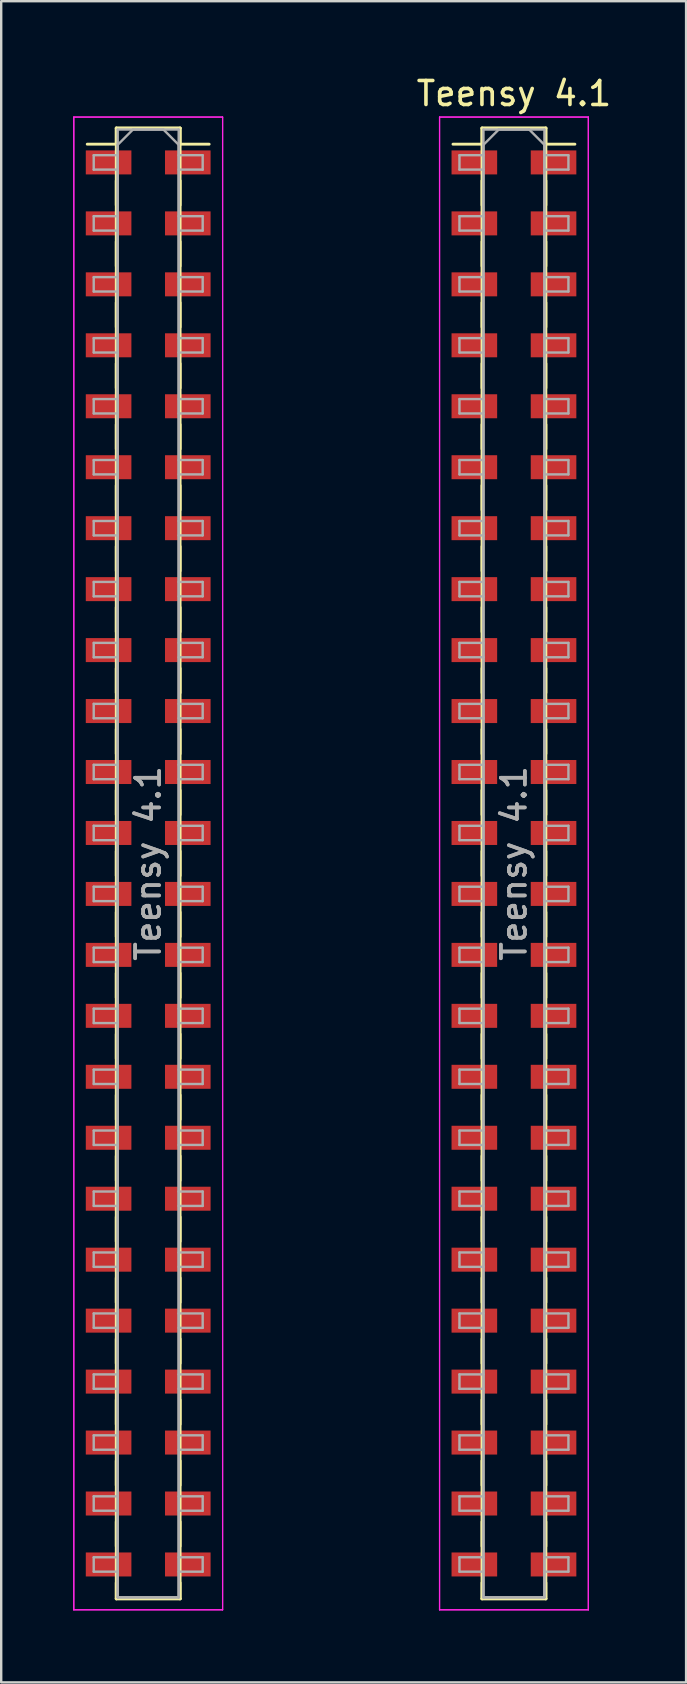
<source format=kicad_pcb>
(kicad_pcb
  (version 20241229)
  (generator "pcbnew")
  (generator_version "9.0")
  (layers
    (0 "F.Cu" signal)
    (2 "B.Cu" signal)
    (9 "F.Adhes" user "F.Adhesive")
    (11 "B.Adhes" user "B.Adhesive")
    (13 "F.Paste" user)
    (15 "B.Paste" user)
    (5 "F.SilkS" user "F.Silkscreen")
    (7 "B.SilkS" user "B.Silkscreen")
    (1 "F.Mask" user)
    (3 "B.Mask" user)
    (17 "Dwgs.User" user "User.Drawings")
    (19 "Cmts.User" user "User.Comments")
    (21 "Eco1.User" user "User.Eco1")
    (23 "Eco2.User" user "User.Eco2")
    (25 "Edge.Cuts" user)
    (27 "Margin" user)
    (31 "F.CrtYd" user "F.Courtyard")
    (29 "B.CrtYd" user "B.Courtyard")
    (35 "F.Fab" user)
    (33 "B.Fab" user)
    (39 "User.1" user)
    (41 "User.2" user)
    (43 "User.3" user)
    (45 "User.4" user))
  (footprint "Teensy 4.1"
    (layer "F.Cu")
    (at 10.745 32.928)
    (property "Reference" "Teensy 4.1" (at 7.62 -32.08 0) (layer "F.SilkS") (effects (font (size 1 1) (thickness 0.15))))
    (attr smd)
    (fp_line (start -10.16 -29.97) (end -8.95 -29.97) (stroke (width 0.12) (type solid)) (layer "F.SilkS"))
    (fp_line (start -8.95 -30.64) (end -8.95 -29.97) (stroke (width 0.12) (type solid)) (layer "F.SilkS"))
    (fp_line (start -8.95 -30.64) (end -8.95 -27.43) (stroke (width 0.12) (type solid)) (layer "F.SilkS"))
    (fp_line (start -8.95 -30.64) (end -6.29 -30.64) (stroke (width 0.12) (type solid)) (layer "F.SilkS"))
    (fp_line (start -8.95 -28.45) (end -8.95 -24.89) (stroke (width 0.12) (type solid)) (layer "F.SilkS"))
    (fp_line (start -8.95 -25.91) (end -8.95 -22.35) (stroke (width 0.12) (type solid)) (layer "F.SilkS"))
    (fp_line (start -8.95 -23.37) (end -8.95 -19.81) (stroke (width 0.12) (type solid)) (layer "F.SilkS"))
    (fp_line (start -8.95 -20.83) (end -8.95 -17.27) (stroke (width 0.12) (type solid)) (layer "F.SilkS"))
    (fp_line (start -8.95 -18.29) (end -8.95 -14.73) (stroke (width 0.12) (type solid)) (layer "F.SilkS"))
    (fp_line (start -8.95 -15.75) (end -8.95 -12.19) (stroke (width 0.12) (type solid)) (layer "F.SilkS"))
    (fp_line (start -8.95 -13.21) (end -8.95 -9.65) (stroke (width 0.12) (type solid)) (layer "F.SilkS"))
    (fp_line (start -8.95 -10.67) (end -8.95 -7.11) (stroke (width 0.12) (type solid)) (layer "F.SilkS"))
    (fp_line (start -8.95 -8.13) (end -8.95 -4.57) (stroke (width 0.12) (type solid)) (layer "F.SilkS"))
    (fp_line (start -8.95 -5.59) (end -8.95 -2.03) (stroke (width 0.12) (type solid)) (layer "F.SilkS"))
    (fp_line (start -8.95 -3.05) (end -8.95 0.51) (stroke (width 0.12) (type solid)) (layer "F.SilkS"))
    (fp_line (start -8.95 -0.51) (end -8.95 3.05) (stroke (width 0.12) (type solid)) (layer "F.SilkS"))
    (fp_line (start -8.95 2.03) (end -8.95 5.59) (stroke (width 0.12) (type solid)) (layer "F.SilkS"))
    (fp_line (start -8.95 4.57) (end -8.95 8.13) (stroke (width 0.12) (type solid)) (layer "F.SilkS"))
    (fp_line (start -8.95 7.11) (end -8.95 10.67) (stroke (width 0.12) (type solid)) (layer "F.SilkS"))
    (fp_line (start -8.95 9.65) (end -8.95 13.21) (stroke (width 0.12) (type solid)) (layer "F.SilkS"))
    (fp_line (start -8.95 12.19) (end -8.95 15.75) (stroke (width 0.12) (type solid)) (layer "F.SilkS"))
    (fp_line (start -8.95 14.73) (end -8.95 18.29) (stroke (width 0.12) (type solid)) (layer "F.SilkS"))
    (fp_line (start -8.95 17.27) (end -8.95 20.83) (stroke (width 0.12) (type solid)) (layer "F.SilkS"))
    (fp_line (start -8.95 19.81) (end -8.95 23.37) (stroke (width 0.12) (type solid)) (layer "F.SilkS"))
    (fp_line (start -8.95 22.35) (end -8.95 25.91) (stroke (width 0.12) (type solid)) (layer "F.SilkS"))
    (fp_line (start -8.95 24.89) (end -8.95 28.45) (stroke (width 0.12) (type solid)) (layer "F.SilkS"))
    (fp_line (start -8.95 27.43) (end -8.95 30.64) (stroke (width 0.12) (type solid)) (layer "F.SilkS"))
    (fp_line (start -8.95 29.97) (end -8.95 30.64) (stroke (width 0.12) (type solid)) (layer "F.SilkS"))
    (fp_line (start -8.95 30.64) (end -6.29 30.64) (stroke (width 0.12) (type solid)) (layer "F.SilkS"))
    (fp_line (start -6.29 -30.64) (end -8.95 -30.64) (stroke (width 0.12) (type solid)) (layer "F.SilkS"))
    (fp_line (start -6.29 -30.64) (end -6.29 -29.97) (stroke (width 0.12) (type solid)) (layer "F.SilkS"))
    (fp_line (start -6.29 -30.64) (end -6.29 -27.43) (stroke (width 0.12) (type solid)) (layer "F.SilkS"))
    (fp_line (start -6.29 -28.45) (end -6.29 -24.89) (stroke (width 0.12) (type solid)) (layer "F.SilkS"))
    (fp_line (start -6.29 -25.91) (end -6.29 -22.35) (stroke (width 0.12) (type solid)) (layer "F.SilkS"))
    (fp_line (start -6.29 -23.37) (end -6.29 -19.81) (stroke (width 0.12) (type solid)) (layer "F.SilkS"))
    (fp_line (start -6.29 -20.83) (end -6.29 -17.27) (stroke (width 0.12) (type solid)) (layer "F.SilkS"))
    (fp_line (start -6.29 -18.29) (end -6.29 -14.73) (stroke (width 0.12) (type solid)) (layer "F.SilkS"))
    (fp_line (start -6.29 -15.75) (end -6.29 -12.19) (stroke (width 0.12) (type solid)) (layer "F.SilkS"))
    (fp_line (start -6.29 -13.21) (end -6.29 -9.65) (stroke (width 0.12) (type solid)) (layer "F.SilkS"))
    (fp_line (start -6.29 -10.67) (end -6.29 -7.11) (stroke (width 0.12) (type solid)) (layer "F.SilkS"))
    (fp_line (start -6.29 -8.13) (end -6.29 -4.57) (stroke (width 0.12) (type solid)) (layer "F.SilkS"))
    (fp_line (start -6.29 -5.59) (end -6.29 -2.03) (stroke (width 0.12) (type solid)) (layer "F.SilkS"))
    (fp_line (start -6.29 -3.05) (end -6.29 0.51) (stroke (width 0.12) (type solid)) (layer "F.SilkS"))
    (fp_line (start -6.29 -0.51) (end -6.29 3.05) (stroke (width 0.12) (type solid)) (layer "F.SilkS"))
    (fp_line (start -6.29 2.03) (end -6.29 5.59) (stroke (width 0.12) (type solid)) (layer "F.SilkS"))
    (fp_line (start -6.29 4.57) (end -6.29 8.13) (stroke (width 0.12) (type solid)) (layer "F.SilkS"))
    (fp_line (start -6.29 7.11) (end -6.29 10.67) (stroke (width 0.12) (type solid)) (layer "F.SilkS"))
    (fp_line (start -6.29 9.65) (end -6.29 13.21) (stroke (width 0.12) (type solid)) (layer "F.SilkS"))
    (fp_line (start -6.29 12.19) (end -6.29 15.75) (stroke (width 0.12) (type solid)) (layer "F.SilkS"))
    (fp_line (start -6.29 14.73) (end -6.29 18.29) (stroke (width 0.12) (type solid)) (layer "F.SilkS"))
    (fp_line (start -6.29 17.27) (end -6.29 20.83) (stroke (width 0.12) (type solid)) (layer "F.SilkS"))
    (fp_line (start -6.29 19.81) (end -6.29 23.37) (stroke (width 0.12) (type solid)) (layer "F.SilkS"))
    (fp_line (start -6.29 22.35) (end -6.29 25.91) (stroke (width 0.12) (type solid)) (layer "F.SilkS"))
    (fp_line (start -6.29 24.89) (end -6.29 28.45) (stroke (width 0.12) (type solid)) (layer "F.SilkS"))
    (fp_line (start -6.29 27.43) (end -6.29 30.64) (stroke (width 0.12) (type solid)) (layer "F.SilkS"))
    (fp_line (start -6.29 29.97) (end -6.29 30.64) (stroke (width 0.12) (type solid)) (layer "F.SilkS"))
    (fp_line (start -6.29 30.64) (end -8.95 30.64) (stroke (width 0.12) (type solid)) (layer "F.SilkS"))
    (fp_line (start -5.08 -29.97) (end -6.29 -29.97) (stroke (width 0.12) (type solid)) (layer "F.SilkS"))
    (fp_line (start 5.08 -29.97) (end 6.29 -29.97) (stroke (width 0.12) (type solid)) (layer "F.SilkS"))
    (fp_line (start 6.29 -30.64) (end 6.29 -29.97) (stroke (width 0.12) (type solid)) (layer "F.SilkS"))
    (fp_line (start 6.29 -30.64) (end 6.29 -27.43) (stroke (width 0.12) (type solid)) (layer "F.SilkS"))
    (fp_line (start 6.29 -30.64) (end 8.95 -30.64) (stroke (width 0.12) (type solid)) (layer "F.SilkS"))
    (fp_line (start 6.29 -28.45) (end 6.29 -24.89) (stroke (width 0.12) (type solid)) (layer "F.SilkS"))
    (fp_line (start 6.29 -25.91) (end 6.29 -22.35) (stroke (width 0.12) (type solid)) (layer "F.SilkS"))
    (fp_line (start 6.29 -23.37) (end 6.29 -19.81) (stroke (width 0.12) (type solid)) (layer "F.SilkS"))
    (fp_line (start 6.29 -20.83) (end 6.29 -17.27) (stroke (width 0.12) (type solid)) (layer "F.SilkS"))
    (fp_line (start 6.29 -18.29) (end 6.29 -14.73) (stroke (width 0.12) (type solid)) (layer "F.SilkS"))
    (fp_line (start 6.29 -15.75) (end 6.29 -12.19) (stroke (width 0.12) (type solid)) (layer "F.SilkS"))
    (fp_line (start 6.29 -13.21) (end 6.29 -9.65) (stroke (width 0.12) (type solid)) (layer "F.SilkS"))
    (fp_line (start 6.29 -10.67) (end 6.29 -7.11) (stroke (width 0.12) (type solid)) (layer "F.SilkS"))
    (fp_line (start 6.29 -8.13) (end 6.29 -4.57) (stroke (width 0.12) (type solid)) (layer "F.SilkS"))
    (fp_line (start 6.29 -5.59) (end 6.29 -2.03) (stroke (width 0.12) (type solid)) (layer "F.SilkS"))
    (fp_line (start 6.29 -3.05) (end 6.29 0.51) (stroke (width 0.12) (type solid)) (layer "F.SilkS"))
    (fp_line (start 6.29 -0.51) (end 6.29 3.05) (stroke (width 0.12) (type solid)) (layer "F.SilkS"))
    (fp_line (start 6.29 2.03) (end 6.29 5.59) (stroke (width 0.12) (type solid)) (layer "F.SilkS"))
    (fp_line (start 6.29 4.57) (end 6.29 8.13) (stroke (width 0.12) (type solid)) (layer "F.SilkS"))
    (fp_line (start 6.29 7.11) (end 6.29 10.67) (stroke (width 0.12) (type solid)) (layer "F.SilkS"))
    (fp_line (start 6.29 9.65) (end 6.29 13.21) (stroke (width 0.12) (type solid)) (layer "F.SilkS"))
    (fp_line (start 6.29 12.19) (end 6.29 15.75) (stroke (width 0.12) (type solid)) (layer "F.SilkS"))
    (fp_line (start 6.29 14.73) (end 6.29 18.29) (stroke (width 0.12) (type solid)) (layer "F.SilkS"))
    (fp_line (start 6.29 17.27) (end 6.29 20.83) (stroke (width 0.12) (type solid)) (layer "F.SilkS"))
    (fp_line (start 6.29 19.81) (end 6.29 23.37) (stroke (width 0.12) (type solid)) (layer "F.SilkS"))
    (fp_line (start 6.29 22.35) (end 6.29 25.91) (stroke (width 0.12) (type solid)) (layer "F.SilkS"))
    (fp_line (start 6.29 24.89) (end 6.29 28.45) (stroke (width 0.12) (type solid)) (layer "F.SilkS"))
    (fp_line (start 6.29 27.43) (end 6.29 30.64) (stroke (width 0.12) (type solid)) (layer "F.SilkS"))
    (fp_line (start 6.29 29.97) (end 6.29 30.64) (stroke (width 0.12) (type solid)) (layer "F.SilkS"))
    (fp_line (start 6.29 30.64) (end 8.95 30.64) (stroke (width 0.12) (type solid)) (layer "F.SilkS"))
    (fp_line (start 8.95 -30.64) (end 6.29 -30.64) (stroke (width 0.12) (type solid)) (layer "F.SilkS"))
    (fp_line (start 8.95 -30.64) (end 8.95 -29.97) (stroke (width 0.12) (type solid)) (layer "F.SilkS"))
    (fp_line (start 8.95 -30.64) (end 8.95 -27.43) (stroke (width 0.12) (type solid)) (layer "F.SilkS"))
    (fp_line (start 8.95 -28.45) (end 8.95 -24.89) (stroke (width 0.12) (type solid)) (layer "F.SilkS"))
    (fp_line (start 8.95 -25.91) (end 8.95 -22.35) (stroke (width 0.12) (type solid)) (layer "F.SilkS"))
    (fp_line (start 8.95 -23.37) (end 8.95 -19.81) (stroke (width 0.12) (type solid)) (layer "F.SilkS"))
    (fp_line (start 8.95 -20.83) (end 8.95 -17.27) (stroke (width 0.12) (type solid)) (layer "F.SilkS"))
    (fp_line (start 8.95 -18.29) (end 8.95 -14.73) (stroke (width 0.12) (type solid)) (layer "F.SilkS"))
    (fp_line (start 8.95 -15.75) (end 8.95 -12.19) (stroke (width 0.12) (type solid)) (layer "F.SilkS"))
    (fp_line (start 8.95 -13.21) (end 8.95 -9.65) (stroke (width 0.12) (type solid)) (layer "F.SilkS"))
    (fp_line (start 8.95 -10.67) (end 8.95 -7.11) (stroke (width 0.12) (type solid)) (layer "F.SilkS"))
    (fp_line (start 8.95 -8.13) (end 8.95 -4.57) (stroke (width 0.12) (type solid)) (layer "F.SilkS"))
    (fp_line (start 8.95 -5.59) (end 8.95 -2.03) (stroke (width 0.12) (type solid)) (layer "F.SilkS"))
    (fp_line (start 8.95 -3.05) (end 8.95 0.51) (stroke (width 0.12) (type solid)) (layer "F.SilkS"))
    (fp_line (start 8.95 -0.51) (end 8.95 3.05) (stroke (width 0.12) (type solid)) (layer "F.SilkS"))
    (fp_line (start 8.95 2.03) (end 8.95 5.59) (stroke (width 0.12) (type solid)) (layer "F.SilkS"))
    (fp_line (start 8.95 4.57) (end 8.95 8.13) (stroke (width 0.12) (type solid)) (layer "F.SilkS"))
    (fp_line (start 8.95 7.11) (end 8.95 10.67) (stroke (width 0.12) (type solid)) (layer "F.SilkS"))
    (fp_line (start 8.95 9.65) (end 8.95 13.21) (stroke (width 0.12) (type solid)) (layer "F.SilkS"))
    (fp_line (start 8.95 12.19) (end 8.95 15.75) (stroke (width 0.12) (type solid)) (layer "F.SilkS"))
    (fp_line (start 8.95 14.73) (end 8.95 18.29) (stroke (width 0.12) (type solid)) (layer "F.SilkS"))
    (fp_line (start 8.95 17.27) (end 8.95 20.83) (stroke (width 0.12) (type solid)) (layer "F.SilkS"))
    (fp_line (start 8.95 19.81) (end 8.95 23.37) (stroke (width 0.12) (type solid)) (layer "F.SilkS"))
    (fp_line (start 8.95 22.35) (end 8.95 25.91) (stroke (width 0.12) (type solid)) (layer "F.SilkS"))
    (fp_line (start 8.95 24.89) (end 8.95 28.45) (stroke (width 0.12) (type solid)) (layer "F.SilkS"))
    (fp_line (start 8.95 27.43) (end 8.95 30.64) (stroke (width 0.12) (type solid)) (layer "F.SilkS"))
    (fp_line (start 8.95 29.97) (end 8.95 30.64) (stroke (width 0.12) (type solid)) (layer "F.SilkS"))
    (fp_line (start 8.95 30.64) (end 6.29 30.64) (stroke (width 0.12) (type solid)) (layer "F.SilkS"))
    (fp_line (start 10.16 -29.97) (end 8.95 -29.97) (stroke (width 0.12) (type solid)) (layer "F.SilkS"))
    (fp_line (start -10.72 -31.1) (end -10.72 31.1) (stroke (width 0.05) (type solid)) (layer "F.CrtYd"))
    (fp_line (start -10.72 -31.1) (end -4.52 -31.1) (stroke (width 0.05) (type solid)) (layer "F.CrtYd"))
    (fp_line (start -10.72 31.1) (end -10.72 -31.1) (stroke (width 0.05) (type solid)) (layer "F.CrtYd"))
    (fp_line (start -10.72 31.1) (end -4.52 31.1) (stroke (width 0.05) (type solid)) (layer "F.CrtYd"))
    (fp_line (start -4.52 -31.1) (end -10.72 -31.1) (stroke (width 0.05) (type solid)) (layer "F.CrtYd"))
    (fp_line (start -4.52 -31.1) (end -4.52 31.1) (stroke (width 0.05) (type solid)) (layer "F.CrtYd"))
    (fp_line (start -4.52 31.1) (end -10.72 31.1) (stroke (width 0.05) (type solid)) (layer "F.CrtYd"))
    (fp_line (start -4.52 31.1) (end -4.52 -31.1) (stroke (width 0.05) (type solid)) (layer "F.CrtYd"))
    (fp_line (start 4.52 -31.1) (end 4.52 31.1) (stroke (width 0.05) (type solid)) (layer "F.CrtYd"))
    (fp_line (start 4.52 -31.1) (end 10.72 -31.1) (stroke (width 0.05) (type solid)) (layer "F.CrtYd"))
    (fp_line (start 4.52 31.1) (end 4.52 -31.1) (stroke (width 0.05) (type solid)) (layer "F.CrtYd"))
    (fp_line (start 4.52 31.1) (end 10.72 31.1) (stroke (width 0.05) (type solid)) (layer "F.CrtYd"))
    (fp_line (start 10.72 -31.1) (end 4.52 -31.1) (stroke (width 0.05) (type solid)) (layer "F.CrtYd"))
    (fp_line (start 10.72 -31.1) (end 10.72 31.1) (stroke (width 0.05) (type solid)) (layer "F.CrtYd"))
    (fp_line (start 10.72 31.1) (end 4.52 31.1) (stroke (width 0.05) (type solid)) (layer "F.CrtYd"))
    (fp_line (start 10.72 31.1) (end 10.72 -31.1) (stroke (width 0.05) (type solid)) (layer "F.CrtYd"))
    (fp_line (start -9.89 -29.51) (end -8.89 -29.51) (stroke (width 0.1) (type solid)) (layer "F.Fab"))
    (fp_line (start -9.89 -28.91) (end -9.89 -29.51) (stroke (width 0.1) (type solid)) (layer "F.Fab"))
    (fp_line (start -9.89 -26.97) (end -9.89 -26.37) (stroke (width 0.1) (type solid)) (layer "F.Fab"))
    (fp_line (start -9.89 -26.37) (end -8.89 -26.37) (stroke (width 0.1) (type solid)) (layer "F.Fab"))
    (fp_line (start -9.89 -24.43) (end -8.89 -24.43) (stroke (width 0.1) (type solid)) (layer "F.Fab"))
    (fp_line (start -9.89 -23.83) (end -9.89 -24.43) (stroke (width 0.1) (type solid)) (layer "F.Fab"))
    (fp_line (start -9.89 -21.89) (end -9.89 -21.29) (stroke (width 0.1) (type solid)) (layer "F.Fab"))
    (fp_line (start -9.89 -21.29) (end -8.89 -21.29) (stroke (width 0.1) (type solid)) (layer "F.Fab"))
    (fp_line (start -9.89 -19.35) (end -8.89 -19.35) (stroke (width 0.1) (type solid)) (layer "F.Fab"))
    (fp_line (start -9.89 -18.75) (end -9.89 -19.35) (stroke (width 0.1) (type solid)) (layer "F.Fab"))
    (fp_line (start -9.89 -16.81) (end -9.89 -16.21) (stroke (width 0.1) (type solid)) (layer "F.Fab"))
    (fp_line (start -9.89 -16.21) (end -8.89 -16.21) (stroke (width 0.1) (type solid)) (layer "F.Fab"))
    (fp_line (start -9.89 -14.27) (end -8.89 -14.27) (stroke (width 0.1) (type solid)) (layer "F.Fab"))
    (fp_line (start -9.89 -13.67) (end -9.89 -14.27) (stroke (width 0.1) (type solid)) (layer "F.Fab"))
    (fp_line (start -9.89 -11.73) (end -9.89 -11.13) (stroke (width 0.1) (type solid)) (layer "F.Fab"))
    (fp_line (start -9.89 -11.13) (end -8.89 -11.13) (stroke (width 0.1) (type solid)) (layer "F.Fab"))
    (fp_line (start -9.89 -9.19) (end -8.89 -9.19) (stroke (width 0.1) (type solid)) (layer "F.Fab"))
    (fp_line (start -9.89 -8.59) (end -9.89 -9.19) (stroke (width 0.1) (type solid)) (layer "F.Fab"))
    (fp_line (start -9.89 -6.65) (end -9.89 -6.05) (stroke (width 0.1) (type solid)) (layer "F.Fab"))
    (fp_line (start -9.89 -6.05) (end -8.89 -6.05) (stroke (width 0.1) (type solid)) (layer "F.Fab"))
    (fp_line (start -9.89 -4.11) (end -8.89 -4.11) (stroke (width 0.1) (type solid)) (layer "F.Fab"))
    (fp_line (start -9.89 -3.51) (end -9.89 -4.11) (stroke (width 0.1) (type solid)) (layer "F.Fab"))
    (fp_line (start -9.89 -1.57) (end -9.89 -0.97) (stroke (width 0.1) (type solid)) (layer "F.Fab"))
    (fp_line (start -9.89 -0.97) (end -8.89 -0.97) (stroke (width 0.1) (type solid)) (layer "F.Fab"))
    (fp_line (start -9.89 0.97) (end -8.89 0.97) (stroke (width 0.1) (type solid)) (layer "F.Fab"))
    (fp_line (start -9.89 1.57) (end -9.89 0.97) (stroke (width 0.1) (type solid)) (layer "F.Fab"))
    (fp_line (start -9.89 3.51) (end -9.89 4.11) (stroke (width 0.1) (type solid)) (layer "F.Fab"))
    (fp_line (start -9.89 4.11) (end -8.89 4.11) (stroke (width 0.1) (type solid)) (layer "F.Fab"))
    (fp_line (start -9.89 6.05) (end -8.89 6.05) (stroke (width 0.1) (type solid)) (layer "F.Fab"))
    (fp_line (start -9.89 6.65) (end -9.89 6.05) (stroke (width 0.1) (type solid)) (layer "F.Fab"))
    (fp_line (start -9.89 8.59) (end -9.89 9.19) (stroke (width 0.1) (type solid)) (layer "F.Fab"))
    (fp_line (start -9.89 9.19) (end -8.89 9.19) (stroke (width 0.1) (type solid)) (layer "F.Fab"))
    (fp_line (start -9.89 11.13) (end -8.89 11.13) (stroke (width 0.1) (type solid)) (layer "F.Fab"))
    (fp_line (start -9.89 11.73) (end -9.89 11.13) (stroke (width 0.1) (type solid)) (layer "F.Fab"))
    (fp_line (start -9.89 13.67) (end -9.89 14.27) (stroke (width 0.1) (type solid)) (layer "F.Fab"))
    (fp_line (start -9.89 14.27) (end -8.89 14.27) (stroke (width 0.1) (type solid)) (layer "F.Fab"))
    (fp_line (start -9.89 16.21) (end -8.89 16.21) (stroke (width 0.1) (type solid)) (layer "F.Fab"))
    (fp_line (start -9.89 16.81) (end -9.89 16.21) (stroke (width 0.1) (type solid)) (layer "F.Fab"))
    (fp_line (start -9.89 18.75) (end -9.89 19.35) (stroke (width 0.1) (type solid)) (layer "F.Fab"))
    (fp_line (start -9.89 19.35) (end -8.89 19.35) (stroke (width 0.1) (type solid)) (layer "F.Fab"))
    (fp_line (start -9.89 21.29) (end -8.89 21.29) (stroke (width 0.1) (type solid)) (layer "F.Fab"))
    (fp_line (start -9.89 21.89) (end -9.89 21.29) (stroke (width 0.1) (type solid)) (layer "F.Fab"))
    (fp_line (start -9.89 23.83) (end -9.89 24.43) (stroke (width 0.1) (type solid)) (layer "F.Fab"))
    (fp_line (start -9.89 24.43) (end -8.89 24.43) (stroke (width 0.1) (type solid)) (layer "F.Fab"))
    (fp_line (start -9.89 26.37) (end -8.89 26.37) (stroke (width 0.1) (type solid)) (layer "F.Fab"))
    (fp_line (start -9.89 26.97) (end -9.89 26.37) (stroke (width 0.1) (type solid)) (layer "F.Fab"))
    (fp_line (start -9.89 28.91) (end -9.89 29.51) (stroke (width 0.1) (type solid)) (layer "F.Fab"))
    (fp_line (start -9.89 29.51) (end -8.89 29.51) (stroke (width 0.1) (type solid)) (layer "F.Fab"))
    (fp_line (start -8.89 -30.58) (end -8.89 30.58) (stroke (width 0.1) (type solid)) (layer "F.Fab"))
    (fp_line (start -8.89 -29.945) (end -8.255 -30.58) (stroke (width 0.1) (type solid)) (layer "F.Fab"))
    (fp_line (start -8.89 -28.91) (end -9.89 -28.91) (stroke (width 0.1) (type solid)) (layer "F.Fab"))
    (fp_line (start -8.89 -26.97) (end -9.89 -26.97) (stroke (width 0.1) (type solid)) (layer "F.Fab"))
    (fp_line (start -8.89 -23.83) (end -9.89 -23.83) (stroke (width 0.1) (type solid)) (layer "F.Fab"))
    (fp_line (start -8.89 -21.89) (end -9.89 -21.89) (stroke (width 0.1) (type solid)) (layer "F.Fab"))
    (fp_line (start -8.89 -18.75) (end -9.89 -18.75) (stroke (width 0.1) (type solid)) (layer "F.Fab"))
    (fp_line (start -8.89 -16.81) (end -9.89 -16.81) (stroke (width 0.1) (type solid)) (layer "F.Fab"))
    (fp_line (start -8.89 -13.67) (end -9.89 -13.67) (stroke (width 0.1) (type solid)) (layer "F.Fab"))
    (fp_line (start -8.89 -11.73) (end -9.89 -11.73) (stroke (width 0.1) (type solid)) (layer "F.Fab"))
    (fp_line (start -8.89 -8.59) (end -9.89 -8.59) (stroke (width 0.1) (type solid)) (layer "F.Fab"))
    (fp_line (start -8.89 -6.65) (end -9.89 -6.65) (stroke (width 0.1) (type solid)) (layer "F.Fab"))
    (fp_line (start -8.89 -3.51) (end -9.89 -3.51) (stroke (width 0.1) (type solid)) (layer "F.Fab"))
    (fp_line (start -8.89 -1.57) (end -9.89 -1.57) (stroke (width 0.1) (type solid)) (layer "F.Fab"))
    (fp_line (start -8.89 1.57) (end -9.89 1.57) (stroke (width 0.1) (type solid)) (layer "F.Fab"))
    (fp_line (start -8.89 3.51) (end -9.89 3.51) (stroke (width 0.1) (type solid)) (layer "F.Fab"))
    (fp_line (start -8.89 6.65) (end -9.89 6.65) (stroke (width 0.1) (type solid)) (layer "F.Fab"))
    (fp_line (start -8.89 8.59) (end -9.89 8.59) (stroke (width 0.1) (type solid)) (layer "F.Fab"))
    (fp_line (start -8.89 11.73) (end -9.89 11.73) (stroke (width 0.1) (type solid)) (layer "F.Fab"))
    (fp_line (start -8.89 13.67) (end -9.89 13.67) (stroke (width 0.1) (type solid)) (layer "F.Fab"))
    (fp_line (start -8.89 16.81) (end -9.89 16.81) (stroke (width 0.1) (type solid)) (layer "F.Fab"))
    (fp_line (start -8.89 18.75) (end -9.89 18.75) (stroke (width 0.1) (type solid)) (layer "F.Fab"))
    (fp_line (start -8.89 21.89) (end -9.89 21.89) (stroke (width 0.1) (type solid)) (layer "F.Fab"))
    (fp_line (start -8.89 23.83) (end -9.89 23.83) (stroke (width 0.1) (type solid)) (layer "F.Fab"))
    (fp_line (start -8.89 26.97) (end -9.89 26.97) (stroke (width 0.1) (type solid)) (layer "F.Fab"))
    (fp_line (start -8.89 28.91) (end -9.89 28.91) (stroke (width 0.1) (type solid)) (layer "F.Fab"))
    (fp_line (start -8.89 30.58) (end -8.89 -29.945) (stroke (width 0.1) (type solid)) (layer "F.Fab"))
    (fp_line (start -8.89 30.58) (end -6.35 30.58) (stroke (width 0.1) (type solid)) (layer "F.Fab"))
    (fp_line (start -8.255 -30.58) (end -6.35 -30.58) (stroke (width 0.1) (type solid)) (layer "F.Fab"))
    (fp_line (start -6.985 -30.58) (end -8.89 -30.58) (stroke (width 0.1) (type solid)) (layer "F.Fab"))
    (fp_line (start -6.35 -30.58) (end -6.35 30.58) (stroke (width 0.1) (type solid)) (layer "F.Fab"))
    (fp_line (start -6.35 -29.945) (end -6.985 -30.58) (stroke (width 0.1) (type solid)) (layer "F.Fab"))
    (fp_line (start -6.35 -28.91) (end -5.35 -28.91) (stroke (width 0.1) (type solid)) (layer "F.Fab"))
    (fp_line (start -6.35 -26.97) (end -5.35 -26.97) (stroke (width 0.1) (type solid)) (layer "F.Fab"))
    (fp_line (start -6.35 -23.83) (end -5.35 -23.83) (stroke (width 0.1) (type solid)) (layer "F.Fab"))
    (fp_line (start -6.35 -21.89) (end -5.35 -21.89) (stroke (width 0.1) (type solid)) (layer "F.Fab"))
    (fp_line (start -6.35 -18.75) (end -5.35 -18.75) (stroke (width 0.1) (type solid)) (layer "F.Fab"))
    (fp_line (start -6.35 -16.81) (end -5.35 -16.81) (stroke (width 0.1) (type solid)) (layer "F.Fab"))
    (fp_line (start -6.35 -13.67) (end -5.35 -13.67) (stroke (width 0.1) (type solid)) (layer "F.Fab"))
    (fp_line (start -6.35 -11.73) (end -5.35 -11.73) (stroke (width 0.1) (type solid)) (layer "F.Fab"))
    (fp_line (start -6.35 -8.59) (end -5.35 -8.59) (stroke (width 0.1) (type solid)) (layer "F.Fab"))
    (fp_line (start -6.35 -6.65) (end -5.35 -6.65) (stroke (width 0.1) (type solid)) (layer "F.Fab"))
    (fp_line (start -6.35 -3.51) (end -5.35 -3.51) (stroke (width 0.1) (type solid)) (layer "F.Fab"))
    (fp_line (start -6.35 -1.57) (end -5.35 -1.57) (stroke (width 0.1) (type solid)) (layer "F.Fab"))
    (fp_line (start -6.35 1.57) (end -5.35 1.57) (stroke (width 0.1) (type solid)) (layer "F.Fab"))
    (fp_line (start -6.35 3.51) (end -5.35 3.51) (stroke (width 0.1) (type solid)) (layer "F.Fab"))
    (fp_line (start -6.35 6.65) (end -5.35 6.65) (stroke (width 0.1) (type solid)) (layer "F.Fab"))
    (fp_line (start -6.35 8.59) (end -5.35 8.59) (stroke (width 0.1) (type solid)) (layer "F.Fab"))
    (fp_line (start -6.35 11.73) (end -5.35 11.73) (stroke (width 0.1) (type solid)) (layer "F.Fab"))
    (fp_line (start -6.35 13.67) (end -5.35 13.67) (stroke (width 0.1) (type solid)) (layer "F.Fab"))
    (fp_line (start -6.35 16.81) (end -5.35 16.81) (stroke (width 0.1) (type solid)) (layer "F.Fab"))
    (fp_line (start -6.35 18.75) (end -5.35 18.75) (stroke (width 0.1) (type solid)) (layer "F.Fab"))
    (fp_line (start -6.35 21.89) (end -5.35 21.89) (stroke (width 0.1) (type solid)) (layer "F.Fab"))
    (fp_line (start -6.35 23.83) (end -5.35 23.83) (stroke (width 0.1) (type solid)) (layer "F.Fab"))
    (fp_line (start -6.35 26.97) (end -5.35 26.97) (stroke (width 0.1) (type solid)) (layer "F.Fab"))
    (fp_line (start -6.35 28.91) (end -5.35 28.91) (stroke (width 0.1) (type solid)) (layer "F.Fab"))
    (fp_line (start -6.35 30.58) (end -8.89 30.58) (stroke (width 0.1) (type solid)) (layer "F.Fab"))
    (fp_line (start -6.35 30.58) (end -6.35 -29.945) (stroke (width 0.1) (type solid)) (layer "F.Fab"))
    (fp_line (start -5.35 -29.51) (end -6.35 -29.51) (stroke (width 0.1) (type solid)) (layer "F.Fab"))
    (fp_line (start -5.35 -28.91) (end -5.35 -29.51) (stroke (width 0.1) (type solid)) (layer "F.Fab"))
    (fp_line (start -5.35 -26.97) (end -5.35 -26.37) (stroke (width 0.1) (type solid)) (layer "F.Fab"))
    (fp_line (start -5.35 -26.37) (end -6.35 -26.37) (stroke (width 0.1) (type solid)) (layer "F.Fab"))
    (fp_line (start -5.35 -24.43) (end -6.35 -24.43) (stroke (width 0.1) (type solid)) (layer "F.Fab"))
    (fp_line (start -5.35 -23.83) (end -5.35 -24.43) (stroke (width 0.1) (type solid)) (layer "F.Fab"))
    (fp_line (start -5.35 -21.89) (end -5.35 -21.29) (stroke (width 0.1) (type solid)) (layer "F.Fab"))
    (fp_line (start -5.35 -21.29) (end -6.35 -21.29) (stroke (width 0.1) (type solid)) (layer "F.Fab"))
    (fp_line (start -5.35 -19.35) (end -6.35 -19.35) (stroke (width 0.1) (type solid)) (layer "F.Fab"))
    (fp_line (start -5.35 -18.75) (end -5.35 -19.35) (stroke (width 0.1) (type solid)) (layer "F.Fab"))
    (fp_line (start -5.35 -16.81) (end -5.35 -16.21) (stroke (width 0.1) (type solid)) (layer "F.Fab"))
    (fp_line (start -5.35 -16.21) (end -6.35 -16.21) (stroke (width 0.1) (type solid)) (layer "F.Fab"))
    (fp_line (start -5.35 -14.27) (end -6.35 -14.27) (stroke (width 0.1) (type solid)) (layer "F.Fab"))
    (fp_line (start -5.35 -13.67) (end -5.35 -14.27) (stroke (width 0.1) (type solid)) (layer "F.Fab"))
    (fp_line (start -5.35 -11.73) (end -5.35 -11.13) (stroke (width 0.1) (type solid)) (layer "F.Fab"))
    (fp_line (start -5.35 -11.13) (end -6.35 -11.13) (stroke (width 0.1) (type solid)) (layer "F.Fab"))
    (fp_line (start -5.35 -9.19) (end -6.35 -9.19) (stroke (width 0.1) (type solid)) (layer "F.Fab"))
    (fp_line (start -5.35 -8.59) (end -5.35 -9.19) (stroke (width 0.1) (type solid)) (layer "F.Fab"))
    (fp_line (start -5.35 -6.65) (end -5.35 -6.05) (stroke (width 0.1) (type solid)) (layer "F.Fab"))
    (fp_line (start -5.35 -6.05) (end -6.35 -6.05) (stroke (width 0.1) (type solid)) (layer "F.Fab"))
    (fp_line (start -5.35 -4.11) (end -6.35 -4.11) (stroke (width 0.1) (type solid)) (layer "F.Fab"))
    (fp_line (start -5.35 -3.51) (end -5.35 -4.11) (stroke (width 0.1) (type solid)) (layer "F.Fab"))
    (fp_line (start -5.35 -1.57) (end -5.35 -0.97) (stroke (width 0.1) (type solid)) (layer "F.Fab"))
    (fp_line (start -5.35 -0.97) (end -6.35 -0.97) (stroke (width 0.1) (type solid)) (layer "F.Fab"))
    (fp_line (start -5.35 0.97) (end -6.35 0.97) (stroke (width 0.1) (type solid)) (layer "F.Fab"))
    (fp_line (start -5.35 1.57) (end -5.35 0.97) (stroke (width 0.1) (type solid)) (layer "F.Fab"))
    (fp_line (start -5.35 3.51) (end -5.35 4.11) (stroke (width 0.1) (type solid)) (layer "F.Fab"))
    (fp_line (start -5.35 4.11) (end -6.35 4.11) (stroke (width 0.1) (type solid)) (layer "F.Fab"))
    (fp_line (start -5.35 6.05) (end -6.35 6.05) (stroke (width 0.1) (type solid)) (layer "F.Fab"))
    (fp_line (start -5.35 6.65) (end -5.35 6.05) (stroke (width 0.1) (type solid)) (layer "F.Fab"))
    (fp_line (start -5.35 8.59) (end -5.35 9.19) (stroke (width 0.1) (type solid)) (layer "F.Fab"))
    (fp_line (start -5.35 9.19) (end -6.35 9.19) (stroke (width 0.1) (type solid)) (layer "F.Fab"))
    (fp_line (start -5.35 11.13) (end -6.35 11.13) (stroke (width 0.1) (type solid)) (layer "F.Fab"))
    (fp_line (start -5.35 11.73) (end -5.35 11.13) (stroke (width 0.1) (type solid)) (layer "F.Fab"))
    (fp_line (start -5.35 13.67) (end -5.35 14.27) (stroke (width 0.1) (type solid)) (layer "F.Fab"))
    (fp_line (start -5.35 14.27) (end -6.35 14.27) (stroke (width 0.1) (type solid)) (layer "F.Fab"))
    (fp_line (start -5.35 16.21) (end -6.35 16.21) (stroke (width 0.1) (type solid)) (layer "F.Fab"))
    (fp_line (start -5.35 16.81) (end -5.35 16.21) (stroke (width 0.1) (type solid)) (layer "F.Fab"))
    (fp_line (start -5.35 18.75) (end -5.35 19.35) (stroke (width 0.1) (type solid)) (layer "F.Fab"))
    (fp_line (start -5.35 19.35) (end -6.35 19.35) (stroke (width 0.1) (type solid)) (layer "F.Fab"))
    (fp_line (start -5.35 21.29) (end -6.35 21.29) (stroke (width 0.1) (type solid)) (layer "F.Fab"))
    (fp_line (start -5.35 21.89) (end -5.35 21.29) (stroke (width 0.1) (type solid)) (layer "F.Fab"))
    (fp_line (start -5.35 23.83) (end -5.35 24.43) (stroke (width 0.1) (type solid)) (layer "F.Fab"))
    (fp_line (start -5.35 24.43) (end -6.35 24.43) (stroke (width 0.1) (type solid)) (layer "F.Fab"))
    (fp_line (start -5.35 26.37) (end -6.35 26.37) (stroke (width 0.1) (type solid)) (layer "F.Fab"))
    (fp_line (start -5.35 26.97) (end -5.35 26.37) (stroke (width 0.1) (type solid)) (layer "F.Fab"))
    (fp_line (start -5.35 28.91) (end -5.35 29.51) (stroke (width 0.1) (type solid)) (layer "F.Fab"))
    (fp_line (start -5.35 29.51) (end -6.35 29.51) (stroke (width 0.1) (type solid)) (layer "F.Fab"))
    (fp_line (start 5.35 -29.51) (end 6.35 -29.51) (stroke (width 0.1) (type solid)) (layer "F.Fab"))
    (fp_line (start 5.35 -28.91) (end 5.35 -29.51) (stroke (width 0.1) (type solid)) (layer "F.Fab"))
    (fp_line (start 5.35 -26.97) (end 5.35 -26.37) (stroke (width 0.1) (type solid)) (layer "F.Fab"))
    (fp_line (start 5.35 -26.37) (end 6.35 -26.37) (stroke (width 0.1) (type solid)) (layer "F.Fab"))
    (fp_line (start 5.35 -24.43) (end 6.35 -24.43) (stroke (width 0.1) (type solid)) (layer "F.Fab"))
    (fp_line (start 5.35 -23.83) (end 5.35 -24.43) (stroke (width 0.1) (type solid)) (layer "F.Fab"))
    (fp_line (start 5.35 -21.89) (end 5.35 -21.29) (stroke (width 0.1) (type solid)) (layer "F.Fab"))
    (fp_line (start 5.35 -21.29) (end 6.35 -21.29) (stroke (width 0.1) (type solid)) (layer "F.Fab"))
    (fp_line (start 5.35 -19.35) (end 6.35 -19.35) (stroke (width 0.1) (type solid)) (layer "F.Fab"))
    (fp_line (start 5.35 -18.75) (end 5.35 -19.35) (stroke (width 0.1) (type solid)) (layer "F.Fab"))
    (fp_line (start 5.35 -16.81) (end 5.35 -16.21) (stroke (width 0.1) (type solid)) (layer "F.Fab"))
    (fp_line (start 5.35 -16.21) (end 6.35 -16.21) (stroke (width 0.1) (type solid)) (layer "F.Fab"))
    (fp_line (start 5.35 -14.27) (end 6.35 -14.27) (stroke (width 0.1) (type solid)) (layer "F.Fab"))
    (fp_line (start 5.35 -13.67) (end 5.35 -14.27) (stroke (width 0.1) (type solid)) (layer "F.Fab"))
    (fp_line (start 5.35 -11.73) (end 5.35 -11.13) (stroke (width 0.1) (type solid)) (layer "F.Fab"))
    (fp_line (start 5.35 -11.13) (end 6.35 -11.13) (stroke (width 0.1) (type solid)) (layer "F.Fab"))
    (fp_line (start 5.35 -9.19) (end 6.35 -9.19) (stroke (width 0.1) (type solid)) (layer "F.Fab"))
    (fp_line (start 5.35 -8.59) (end 5.35 -9.19) (stroke (width 0.1) (type solid)) (layer "F.Fab"))
    (fp_line (start 5.35 -6.65) (end 5.35 -6.05) (stroke (width 0.1) (type solid)) (layer "F.Fab"))
    (fp_line (start 5.35 -6.05) (end 6.35 -6.05) (stroke (width 0.1) (type solid)) (layer "F.Fab"))
    (fp_line (start 5.35 -4.11) (end 6.35 -4.11) (stroke (width 0.1) (type solid)) (layer "F.Fab"))
    (fp_line (start 5.35 -3.51) (end 5.35 -4.11) (stroke (width 0.1) (type solid)) (layer "F.Fab"))
    (fp_line (start 5.35 -1.57) (end 5.35 -0.97) (stroke (width 0.1) (type solid)) (layer "F.Fab"))
    (fp_line (start 5.35 -0.97) (end 6.35 -0.97) (stroke (width 0.1) (type solid)) (layer "F.Fab"))
    (fp_line (start 5.35 0.97) (end 6.35 0.97) (stroke (width 0.1) (type solid)) (layer "F.Fab"))
    (fp_line (start 5.35 1.57) (end 5.35 0.97) (stroke (width 0.1) (type solid)) (layer "F.Fab"))
    (fp_line (start 5.35 3.51) (end 5.35 4.11) (stroke (width 0.1) (type solid)) (layer "F.Fab"))
    (fp_line (start 5.35 4.11) (end 6.35 4.11) (stroke (width 0.1) (type solid)) (layer "F.Fab"))
    (fp_line (start 5.35 6.05) (end 6.35 6.05) (stroke (width 0.1) (type solid)) (layer "F.Fab"))
    (fp_line (start 5.35 6.65) (end 5.35 6.05) (stroke (width 0.1) (type solid)) (layer "F.Fab"))
    (fp_line (start 5.35 8.59) (end 5.35 9.19) (stroke (width 0.1) (type solid)) (layer "F.Fab"))
    (fp_line (start 5.35 9.19) (end 6.35 9.19) (stroke (width 0.1) (type solid)) (layer "F.Fab"))
    (fp_line (start 5.35 11.13) (end 6.35 11.13) (stroke (width 0.1) (type solid)) (layer "F.Fab"))
    (fp_line (start 5.35 11.73) (end 5.35 11.13) (stroke (width 0.1) (type solid)) (layer "F.Fab"))
    (fp_line (start 5.35 13.67) (end 5.35 14.27) (stroke (width 0.1) (type solid)) (layer "F.Fab"))
    (fp_line (start 5.35 14.27) (end 6.35 14.27) (stroke (width 0.1) (type solid)) (layer "F.Fab"))
    (fp_line (start 5.35 16.21) (end 6.35 16.21) (stroke (width 0.1) (type solid)) (layer "F.Fab"))
    (fp_line (start 5.35 16.81) (end 5.35 16.21) (stroke (width 0.1) (type solid)) (layer "F.Fab"))
    (fp_line (start 5.35 18.75) (end 5.35 19.35) (stroke (width 0.1) (type solid)) (layer "F.Fab"))
    (fp_line (start 5.35 19.35) (end 6.35 19.35) (stroke (width 0.1) (type solid)) (layer "F.Fab"))
    (fp_line (start 5.35 21.29) (end 6.35 21.29) (stroke (width 0.1) (type solid)) (layer "F.Fab"))
    (fp_line (start 5.35 21.89) (end 5.35 21.29) (stroke (width 0.1) (type solid)) (layer "F.Fab"))
    (fp_line (start 5.35 23.83) (end 5.35 24.43) (stroke (width 0.1) (type solid)) (layer "F.Fab"))
    (fp_line (start 5.35 24.43) (end 6.35 24.43) (stroke (width 0.1) (type solid)) (layer "F.Fab"))
    (fp_line (start 5.35 26.37) (end 6.35 26.37) (stroke (width 0.1) (type solid)) (layer "F.Fab"))
    (fp_line (start 5.35 26.97) (end 5.35 26.37) (stroke (width 0.1) (type solid)) (layer "F.Fab"))
    (fp_line (start 5.35 28.91) (end 5.35 29.51) (stroke (width 0.1) (type solid)) (layer "F.Fab"))
    (fp_line (start 5.35 29.51) (end 6.35 29.51) (stroke (width 0.1) (type solid)) (layer "F.Fab"))
    (fp_line (start 6.35 -30.58) (end 6.35 30.58) (stroke (width 0.1) (type solid)) (layer "F.Fab"))
    (fp_line (start 6.35 -29.945) (end 6.985 -30.58) (stroke (width 0.1) (type solid)) (layer "F.Fab"))
    (fp_line (start 6.35 -28.91) (end 5.35 -28.91) (stroke (width 0.1) (type solid)) (layer "F.Fab"))
    (fp_line (start 6.35 -26.97) (end 5.35 -26.97) (stroke (width 0.1) (type solid)) (layer "F.Fab"))
    (fp_line (start 6.35 -23.83) (end 5.35 -23.83) (stroke (width 0.1) (type solid)) (layer "F.Fab"))
    (fp_line (start 6.35 -21.89) (end 5.35 -21.89) (stroke (width 0.1) (type solid)) (layer "F.Fab"))
    (fp_line (start 6.35 -18.75) (end 5.35 -18.75) (stroke (width 0.1) (type solid)) (layer "F.Fab"))
    (fp_line (start 6.35 -16.81) (end 5.35 -16.81) (stroke (width 0.1) (type solid)) (layer "F.Fab"))
    (fp_line (start 6.35 -13.67) (end 5.35 -13.67) (stroke (width 0.1) (type solid)) (layer "F.Fab"))
    (fp_line (start 6.35 -11.73) (end 5.35 -11.73) (stroke (width 0.1) (type solid)) (layer "F.Fab"))
    (fp_line (start 6.35 -8.59) (end 5.35 -8.59) (stroke (width 0.1) (type solid)) (layer "F.Fab"))
    (fp_line (start 6.35 -6.65) (end 5.35 -6.65) (stroke (width 0.1) (type solid)) (layer "F.Fab"))
    (fp_line (start 6.35 -3.51) (end 5.35 -3.51) (stroke (width 0.1) (type solid)) (layer "F.Fab"))
    (fp_line (start 6.35 -1.57) (end 5.35 -1.57) (stroke (width 0.1) (type solid)) (layer "F.Fab"))
    (fp_line (start 6.35 1.57) (end 5.35 1.57) (stroke (width 0.1) (type solid)) (layer "F.Fab"))
    (fp_line (start 6.35 3.51) (end 5.35 3.51) (stroke (width 0.1) (type solid)) (layer "F.Fab"))
    (fp_line (start 6.35 6.65) (end 5.35 6.65) (stroke (width 0.1) (type solid)) (layer "F.Fab"))
    (fp_line (start 6.35 8.59) (end 5.35 8.59) (stroke (width 0.1) (type solid)) (layer "F.Fab"))
    (fp_line (start 6.35 11.73) (end 5.35 11.73) (stroke (width 0.1) (type solid)) (layer "F.Fab"))
    (fp_line (start 6.35 13.67) (end 5.35 13.67) (stroke (width 0.1) (type solid)) (layer "F.Fab"))
    (fp_line (start 6.35 16.81) (end 5.35 16.81) (stroke (width 0.1) (type solid)) (layer "F.Fab"))
    (fp_line (start 6.35 18.75) (end 5.35 18.75) (stroke (width 0.1) (type solid)) (layer "F.Fab"))
    (fp_line (start 6.35 21.89) (end 5.35 21.89) (stroke (width 0.1) (type solid)) (layer "F.Fab"))
    (fp_line (start 6.35 23.83) (end 5.35 23.83) (stroke (width 0.1) (type solid)) (layer "F.Fab"))
    (fp_line (start 6.35 26.97) (end 5.35 26.97) (stroke (width 0.1) (type solid)) (layer "F.Fab"))
    (fp_line (start 6.35 28.91) (end 5.35 28.91) (stroke (width 0.1) (type solid)) (layer "F.Fab"))
    (fp_line (start 6.35 30.58) (end 6.35 -29.945) (stroke (width 0.1) (type solid)) (layer "F.Fab"))
    (fp_line (start 6.35 30.58) (end 8.89 30.58) (stroke (width 0.1) (type solid)) (layer "F.Fab"))
    (fp_line (start 6.985 -30.58) (end 8.89 -30.58) (stroke (width 0.1) (type solid)) (layer "F.Fab"))
    (fp_line (start 8.255 -30.58) (end 6.35 -30.58) (stroke (width 0.1) (type solid)) (layer "F.Fab"))
    (fp_line (start 8.89 -30.58) (end 8.89 30.58) (stroke (width 0.1) (type solid)) (layer "F.Fab"))
    (fp_line (start 8.89 -29.945) (end 8.255 -30.58) (stroke (width 0.1) (type solid)) (layer "F.Fab"))
    (fp_line (start 8.89 -28.91) (end 9.89 -28.91) (stroke (width 0.1) (type solid)) (layer "F.Fab"))
    (fp_line (start 8.89 -26.97) (end 9.89 -26.97) (stroke (width 0.1) (type solid)) (layer "F.Fab"))
    (fp_line (start 8.89 -23.83) (end 9.89 -23.83) (stroke (width 0.1) (type solid)) (layer "F.Fab"))
    (fp_line (start 8.89 -21.89) (end 9.89 -21.89) (stroke (width 0.1) (type solid)) (layer "F.Fab"))
    (fp_line (start 8.89 -18.75) (end 9.89 -18.75) (stroke (width 0.1) (type solid)) (layer "F.Fab"))
    (fp_line (start 8.89 -16.81) (end 9.89 -16.81) (stroke (width 0.1) (type solid)) (layer "F.Fab"))
    (fp_line (start 8.89 -13.67) (end 9.89 -13.67) (stroke (width 0.1) (type solid)) (layer "F.Fab"))
    (fp_line (start 8.89 -11.73) (end 9.89 -11.73) (stroke (width 0.1) (type solid)) (layer "F.Fab"))
    (fp_line (start 8.89 -8.59) (end 9.89 -8.59) (stroke (width 0.1) (type solid)) (layer "F.Fab"))
    (fp_line (start 8.89 -6.65) (end 9.89 -6.65) (stroke (width 0.1) (type solid)) (layer "F.Fab"))
    (fp_line (start 8.89 -3.51) (end 9.89 -3.51) (stroke (width 0.1) (type solid)) (layer "F.Fab"))
    (fp_line (start 8.89 -1.57) (end 9.89 -1.57) (stroke (width 0.1) (type solid)) (layer "F.Fab"))
    (fp_line (start 8.89 1.57) (end 9.89 1.57) (stroke (width 0.1) (type solid)) (layer "F.Fab"))
    (fp_line (start 8.89 3.51) (end 9.89 3.51) (stroke (width 0.1) (type solid)) (layer "F.Fab"))
    (fp_line (start 8.89 6.65) (end 9.89 6.65) (stroke (width 0.1) (type solid)) (layer "F.Fab"))
    (fp_line (start 8.89 8.59) (end 9.89 8.59) (stroke (width 0.1) (type solid)) (layer "F.Fab"))
    (fp_line (start 8.89 11.73) (end 9.89 11.73) (stroke (width 0.1) (type solid)) (layer "F.Fab"))
    (fp_line (start 8.89 13.67) (end 9.89 13.67) (stroke (width 0.1) (type solid)) (layer "F.Fab"))
    (fp_line (start 8.89 16.81) (end 9.89 16.81) (stroke (width 0.1) (type solid)) (layer "F.Fab"))
    (fp_line (start 8.89 18.75) (end 9.89 18.75) (stroke (width 0.1) (type solid)) (layer "F.Fab"))
    (fp_line (start 8.89 21.89) (end 9.89 21.89) (stroke (width 0.1) (type solid)) (layer "F.Fab"))
    (fp_line (start 8.89 23.83) (end 9.89 23.83) (stroke (width 0.1) (type solid)) (layer "F.Fab"))
    (fp_line (start 8.89 26.97) (end 9.89 26.97) (stroke (width 0.1) (type solid)) (layer "F.Fab"))
    (fp_line (start 8.89 28.91) (end 9.89 28.91) (stroke (width 0.1) (type solid)) (layer "F.Fab"))
    (fp_line (start 8.89 30.58) (end 6.35 30.58) (stroke (width 0.1) (type solid)) (layer "F.Fab"))
    (fp_line (start 8.89 30.58) (end 8.89 -29.945) (stroke (width 0.1) (type solid)) (layer "F.Fab"))
    (fp_line (start 9.89 -29.51) (end 8.89 -29.51) (stroke (width 0.1) (type solid)) (layer "F.Fab"))
    (fp_line (start 9.89 -28.91) (end 9.89 -29.51) (stroke (width 0.1) (type solid)) (layer "F.Fab"))
    (fp_line (start 9.89 -26.97) (end 9.89 -26.37) (stroke (width 0.1) (type solid)) (layer "F.Fab"))
    (fp_line (start 9.89 -26.37) (end 8.89 -26.37) (stroke (width 0.1) (type solid)) (layer "F.Fab"))
    (fp_line (start 9.89 -24.43) (end 8.89 -24.43) (stroke (width 0.1) (type solid)) (layer "F.Fab"))
    (fp_line (start 9.89 -23.83) (end 9.89 -24.43) (stroke (width 0.1) (type solid)) (layer "F.Fab"))
    (fp_line (start 9.89 -21.89) (end 9.89 -21.29) (stroke (width 0.1) (type solid)) (layer "F.Fab"))
    (fp_line (start 9.89 -21.29) (end 8.89 -21.29) (stroke (width 0.1) (type solid)) (layer "F.Fab"))
    (fp_line (start 9.89 -19.35) (end 8.89 -19.35) (stroke (width 0.1) (type solid)) (layer "F.Fab"))
    (fp_line (start 9.89 -18.75) (end 9.89 -19.35) (stroke (width 0.1) (type solid)) (layer "F.Fab"))
    (fp_line (start 9.89 -16.81) (end 9.89 -16.21) (stroke (width 0.1) (type solid)) (layer "F.Fab"))
    (fp_line (start 9.89 -16.21) (end 8.89 -16.21) (stroke (width 0.1) (type solid)) (layer "F.Fab"))
    (fp_line (start 9.89 -14.27) (end 8.89 -14.27) (stroke (width 0.1) (type solid)) (layer "F.Fab"))
    (fp_line (start 9.89 -13.67) (end 9.89 -14.27) (stroke (width 0.1) (type solid)) (layer "F.Fab"))
    (fp_line (start 9.89 -11.73) (end 9.89 -11.13) (stroke (width 0.1) (type solid)) (layer "F.Fab"))
    (fp_line (start 9.89 -11.13) (end 8.89 -11.13) (stroke (width 0.1) (type solid)) (layer "F.Fab"))
    (fp_line (start 9.89 -9.19) (end 8.89 -9.19) (stroke (width 0.1) (type solid)) (layer "F.Fab"))
    (fp_line (start 9.89 -8.59) (end 9.89 -9.19) (stroke (width 0.1) (type solid)) (layer "F.Fab"))
    (fp_line (start 9.89 -6.65) (end 9.89 -6.05) (stroke (width 0.1) (type solid)) (layer "F.Fab"))
    (fp_line (start 9.89 -6.05) (end 8.89 -6.05) (stroke (width 0.1) (type solid)) (layer "F.Fab"))
    (fp_line (start 9.89 -4.11) (end 8.89 -4.11) (stroke (width 0.1) (type solid)) (layer "F.Fab"))
    (fp_line (start 9.89 -3.51) (end 9.89 -4.11) (stroke (width 0.1) (type solid)) (layer "F.Fab"))
    (fp_line (start 9.89 -1.57) (end 9.89 -0.97) (stroke (width 0.1) (type solid)) (layer "F.Fab"))
    (fp_line (start 9.89 -0.97) (end 8.89 -0.97) (stroke (width 0.1) (type solid)) (layer "F.Fab"))
    (fp_line (start 9.89 0.97) (end 8.89 0.97) (stroke (width 0.1) (type solid)) (layer "F.Fab"))
    (fp_line (start 9.89 1.57) (end 9.89 0.97) (stroke (width 0.1) (type solid)) (layer "F.Fab"))
    (fp_line (start 9.89 3.51) (end 9.89 4.11) (stroke (width 0.1) (type solid)) (layer "F.Fab"))
    (fp_line (start 9.89 4.11) (end 8.89 4.11) (stroke (width 0.1) (type solid)) (layer "F.Fab"))
    (fp_line (start 9.89 6.05) (end 8.89 6.05) (stroke (width 0.1) (type solid)) (layer "F.Fab"))
    (fp_line (start 9.89 6.65) (end 9.89 6.05) (stroke (width 0.1) (type solid)) (layer "F.Fab"))
    (fp_line (start 9.89 8.59) (end 9.89 9.19) (stroke (width 0.1) (type solid)) (layer "F.Fab"))
    (fp_line (start 9.89 9.19) (end 8.89 9.19) (stroke (width 0.1) (type solid)) (layer "F.Fab"))
    (fp_line (start 9.89 11.13) (end 8.89 11.13) (stroke (width 0.1) (type solid)) (layer "F.Fab"))
    (fp_line (start 9.89 11.73) (end 9.89 11.13) (stroke (width 0.1) (type solid)) (layer "F.Fab"))
    (fp_line (start 9.89 13.67) (end 9.89 14.27) (stroke (width 0.1) (type solid)) (layer "F.Fab"))
    (fp_line (start 9.89 14.27) (end 8.89 14.27) (stroke (width 0.1) (type solid)) (layer "F.Fab"))
    (fp_line (start 9.89 16.21) (end 8.89 16.21) (stroke (width 0.1) (type solid)) (layer "F.Fab"))
    (fp_line (start 9.89 16.81) (end 9.89 16.21) (stroke (width 0.1) (type solid)) (layer "F.Fab"))
    (fp_line (start 9.89 18.75) (end 9.89 19.35) (stroke (width 0.1) (type solid)) (layer "F.Fab"))
    (fp_line (start 9.89 19.35) (end 8.89 19.35) (stroke (width 0.1) (type solid)) (layer "F.Fab"))
    (fp_line (start 9.89 21.29) (end 8.89 21.29) (stroke (width 0.1) (type solid)) (layer "F.Fab"))
    (fp_line (start 9.89 21.89) (end 9.89 21.29) (stroke (width 0.1) (type solid)) (layer "F.Fab"))
    (fp_line (start 9.89 23.83) (end 9.89 24.43) (stroke (width 0.1) (type solid)) (layer "F.Fab"))
    (fp_line (start 9.89 24.43) (end 8.89 24.43) (stroke (width 0.1) (type solid)) (layer "F.Fab"))
    (fp_line (start 9.89 26.37) (end 8.89 26.37) (stroke (width 0.1) (type solid)) (layer "F.Fab"))
    (fp_line (start 9.89 26.97) (end 9.89 26.37) (stroke (width 0.1) (type solid)) (layer "F.Fab"))
    (fp_line (start 9.89 28.91) (end 9.89 29.51) (stroke (width 0.1) (type solid)) (layer "F.Fab"))
    (fp_line (start 9.89 29.51) (end 8.89 29.51) (stroke (width 0.1) (type solid)) (layer "F.Fab"))
    (fp_text user "${REFERENCE}" (at -7.62 0 90) (layer "F.Fab") (effects (font (size 1 1) (thickness 0.15))))
    (fp_text user "${REFERENCE}" (at -7.62 0 90) (layer "F.Fab") (effects (font (size 1 1) (thickness 0.15))))
    (fp_text user "${REFERENCE}" (at 7.62 0 90) (layer "F.Fab") (effects (font (size 1 1) (thickness 0.15))))
    (fp_text user "${REFERENCE}" (at 7.62 0 90) (layer "F.Fab") (effects (font (size 1 1) (thickness 0.15))))
    (pad "1" smd rect (at -9.27 -29.21) (size 1.9 1) (layers "F.Cu" "F.Mask" "F.Paste"))
    (pad "1" smd rect (at -5.97 -29.21) (size 1.9 1) (layers "F.Cu" "F.Mask" "F.Paste"))
    (pad "2" smd rect (at -9.27 -26.67) (size 1.9 1) (layers "F.Cu" "F.Mask" "F.Paste"))
    (pad "2" smd rect (at -5.97 -26.67) (size 1.9 1) (layers "F.Cu" "F.Mask" "F.Paste"))
    (pad "3" smd rect (at -9.27 -24.13) (size 1.9 1) (layers "F.Cu" "F.Mask" "F.Paste"))
    (pad "3" smd rect (at -5.97 -24.13) (size 1.9 1) (layers "F.Cu" "F.Mask" "F.Paste"))
    (pad "4" smd rect (at -9.27 -21.59) (size 1.9 1) (layers "F.Cu" "F.Mask" "F.Paste"))
    (pad "4" smd rect (at -5.97 -21.59) (size 1.9 1) (layers "F.Cu" "F.Mask" "F.Paste"))
    (pad "5" smd rect (at -9.27 -19.05) (size 1.9 1) (layers "F.Cu" "F.Mask" "F.Paste"))
    (pad "5" smd rect (at -5.97 -19.05) (size 1.9 1) (layers "F.Cu" "F.Mask" "F.Paste"))
    (pad "6" smd rect (at -9.27 -16.51) (size 1.9 1) (layers "F.Cu" "F.Mask" "F.Paste"))
    (pad "6" smd rect (at -5.97 -16.51) (size 1.9 1) (layers "F.Cu" "F.Mask" "F.Paste"))
    (pad "7" smd rect (at -9.27 -13.97) (size 1.9 1) (layers "F.Cu" "F.Mask" "F.Paste"))
    (pad "7" smd rect (at -5.97 -13.97) (size 1.9 1) (layers "F.Cu" "F.Mask" "F.Paste"))
    (pad "8" smd rect (at -9.27 -11.43) (size 1.9 1) (layers "F.Cu" "F.Mask" "F.Paste"))
    (pad "8" smd rect (at -5.97 -11.43) (size 1.9 1) (layers "F.Cu" "F.Mask" "F.Paste"))
    (pad "9" smd rect (at -9.27 -8.89) (size 1.9 1) (layers "F.Cu" "F.Mask" "F.Paste"))
    (pad "9" smd rect (at -5.97 -8.89) (size 1.9 1) (layers "F.Cu" "F.Mask" "F.Paste"))
    (pad "10" smd rect (at -9.27 -6.35) (size 1.9 1) (layers "F.Cu" "F.Mask" "F.Paste"))
    (pad "10" smd rect (at -5.97 -6.35) (size 1.9 1) (layers "F.Cu" "F.Mask" "F.Paste"))
    (pad "11" smd rect (at -9.27 -3.81) (size 1.9 1) (layers "F.Cu" "F.Mask" "F.Paste"))
    (pad "11" smd rect (at -5.97 -3.81) (size 1.9 1) (layers "F.Cu" "F.Mask" "F.Paste"))
    (pad "12" smd rect (at -9.27 -1.27) (size 1.9 1) (layers "F.Cu" "F.Mask" "F.Paste"))
    (pad "12" smd rect (at -5.97 -1.27) (size 1.9 1) (layers "F.Cu" "F.Mask" "F.Paste"))
    (pad "13" smd rect (at -9.27 1.27) (size 1.9 1) (layers "F.Cu" "F.Mask" "F.Paste"))
    (pad "13" smd rect (at -5.97 1.27) (size 1.9 1) (layers "F.Cu" "F.Mask" "F.Paste"))
    (pad "14" smd rect (at -9.27 3.81) (size 1.9 1) (layers "F.Cu" "F.Mask" "F.Paste"))
    (pad "14" smd rect (at -5.97 3.81) (size 1.9 1) (layers "F.Cu" "F.Mask" "F.Paste"))
    (pad "15" smd rect (at -9.27 6.35) (size 1.9 1) (layers "F.Cu" "F.Mask" "F.Paste"))
    (pad "15" smd rect (at -5.97 6.35) (size 1.9 1) (layers "F.Cu" "F.Mask" "F.Paste"))
    (pad "16" smd rect (at -9.27 8.89) (size 1.9 1) (layers "F.Cu" "F.Mask" "F.Paste"))
    (pad "16" smd rect (at -5.97 8.89) (size 1.9 1) (layers "F.Cu" "F.Mask" "F.Paste"))
    (pad "17" smd rect (at -9.27 11.43) (size 1.9 1) (layers "F.Cu" "F.Mask" "F.Paste"))
    (pad "17" smd rect (at -5.97 11.43) (size 1.9 1) (layers "F.Cu" "F.Mask" "F.Paste"))
    (pad "18" smd rect (at -9.27 13.97) (size 1.9 1) (layers "F.Cu" "F.Mask" "F.Paste"))
    (pad "18" smd rect (at -5.97 13.97) (size 1.9 1) (layers "F.Cu" "F.Mask" "F.Paste"))
    (pad "19" smd rect (at -9.27 16.51) (size 1.9 1) (layers "F.Cu" "F.Mask" "F.Paste"))
    (pad "19" smd rect (at -5.97 16.51) (size 1.9 1) (layers "F.Cu" "F.Mask" "F.Paste"))
    (pad "20" smd rect (at -9.27 19.05) (size 1.9 1) (layers "F.Cu" "F.Mask" "F.Paste"))
    (pad "20" smd rect (at -5.97 19.05) (size 1.9 1) (layers "F.Cu" "F.Mask" "F.Paste"))
    (pad "21" smd rect (at -9.27 21.59) (size 1.9 1) (layers "F.Cu" "F.Mask" "F.Paste"))
    (pad "21" smd rect (at -5.97 21.59) (size 1.9 1) (layers "F.Cu" "F.Mask" "F.Paste"))
    (pad "22" smd rect (at -9.27 24.13) (size 1.9 1) (layers "F.Cu" "F.Mask" "F.Paste"))
    (pad "22" smd rect (at -5.97 24.13) (size 1.9 1) (layers "F.Cu" "F.Mask" "F.Paste"))
    (pad "23" smd rect (at -9.27 26.67) (size 1.9 1) (layers "F.Cu" "F.Mask" "F.Paste"))
    (pad "23" smd rect (at -5.97 26.67) (size 1.9 1) (layers "F.Cu" "F.Mask" "F.Paste"))
    (pad "24" smd rect (at -9.27 29.21) (size 1.9 1) (layers "F.Cu" "F.Mask" "F.Paste"))
    (pad "24" smd rect (at -5.97 29.21) (size 1.9 1) (layers "F.Cu" "F.Mask" "F.Paste"))
    (pad "25" smd rect (at 5.97 29.21) (size 1.9 1) (layers "F.Cu" "F.Mask" "F.Paste"))
    (pad "25" smd rect (at 9.27 29.21) (size 1.9 1) (layers "F.Cu" "F.Mask" "F.Paste"))
    (pad "26" smd rect (at 5.97 26.67) (size 1.9 1) (layers "F.Cu" "F.Mask" "F.Paste"))
    (pad "26" smd rect (at 9.27 26.67) (size 1.9 1) (layers "F.Cu" "F.Mask" "F.Paste"))
    (pad "27" smd rect (at 5.97 24.13) (size 1.9 1) (layers "F.Cu" "F.Mask" "F.Paste"))
    (pad "27" smd rect (at 9.27 24.13) (size 1.9 1) (layers "F.Cu" "F.Mask" "F.Paste"))
    (pad "28" smd rect (at 5.97 21.59) (size 1.9 1) (layers "F.Cu" "F.Mask" "F.Paste"))
    (pad "28" smd rect (at 9.27 21.59) (size 1.9 1) (layers "F.Cu" "F.Mask" "F.Paste"))
    (pad "29" smd rect (at 5.97 19.05) (size 1.9 1) (layers "F.Cu" "F.Mask" "F.Paste"))
    (pad "29" smd rect (at 9.27 19.05) (size 1.9 1) (layers "F.Cu" "F.Mask" "F.Paste"))
    (pad "30" smd rect (at 5.97 16.51) (size 1.9 1) (layers "F.Cu" "F.Mask" "F.Paste"))
    (pad "30" smd rect (at 9.27 16.51) (size 1.9 1) (layers "F.Cu" "F.Mask" "F.Paste"))
    (pad "31" smd rect (at 5.97 13.97) (size 1.9 1) (layers "F.Cu" "F.Mask" "F.Paste"))
    (pad "31" smd rect (at 9.27 13.97) (size 1.9 1) (layers "F.Cu" "F.Mask" "F.Paste"))
    (pad "32" smd rect (at 5.97 11.43) (size 1.9 1) (layers "F.Cu" "F.Mask" "F.Paste"))
    (pad "32" smd rect (at 9.27 11.43) (size 1.9 1) (layers "F.Cu" "F.Mask" "F.Paste"))
    (pad "33" smd rect (at 5.97 8.89) (size 1.9 1) (layers "F.Cu" "F.Mask" "F.Paste"))
    (pad "33" smd rect (at 9.27 8.89) (size 1.9 1) (layers "F.Cu" "F.Mask" "F.Paste"))
    (pad "34" smd rect (at 5.97 6.35) (size 1.9 1) (layers "F.Cu" "F.Mask" "F.Paste"))
    (pad "34" smd rect (at 9.27 6.35) (size 1.9 1) (layers "F.Cu" "F.Mask" "F.Paste"))
    (pad "35" smd rect (at 5.97 3.81) (size 1.9 1) (layers "F.Cu" "F.Mask" "F.Paste"))
    (pad "35" smd rect (at 9.27 3.81) (size 1.9 1) (layers "F.Cu" "F.Mask" "F.Paste"))
    (pad "36" smd rect (at 5.97 1.27) (size 1.9 1) (layers "F.Cu" "F.Mask" "F.Paste"))
    (pad "36" smd rect (at 9.27 1.27) (size 1.9 1) (layers "F.Cu" "F.Mask" "F.Paste"))
    (pad "37" smd rect (at 5.97 -1.27) (size 1.9 1) (layers "F.Cu" "F.Mask" "F.Paste"))
    (pad "37" smd rect (at 9.27 -1.27) (size 1.9 1) (layers "F.Cu" "F.Mask" "F.Paste"))
    (pad "38" smd rect (at 5.97 -3.81) (size 1.9 1) (layers "F.Cu" "F.Mask" "F.Paste"))
    (pad "38" smd rect (at 9.27 -3.81) (size 1.9 1) (layers "F.Cu" "F.Mask" "F.Paste"))
    (pad "39" smd rect (at 5.97 -6.35) (size 1.9 1) (layers "F.Cu" "F.Mask" "F.Paste"))
    (pad "39" smd rect (at 9.27 -6.35) (size 1.9 1) (layers "F.Cu" "F.Mask" "F.Paste"))
    (pad "40" smd rect (at 5.97 -8.89) (size 1.9 1) (layers "F.Cu" "F.Mask" "F.Paste"))
    (pad "40" smd rect (at 9.27 -8.89) (size 1.9 1) (layers "F.Cu" "F.Mask" "F.Paste"))
    (pad "41" smd rect (at 5.97 -11.43) (size 1.9 1) (layers "F.Cu" "F.Mask" "F.Paste"))
    (pad "41" smd rect (at 9.27 -11.43) (size 1.9 1) (layers "F.Cu" "F.Mask" "F.Paste"))
    (pad "42" smd rect (at 5.97 -13.97) (size 1.9 1) (layers "F.Cu" "F.Mask" "F.Paste"))
    (pad "42" smd rect (at 9.27 -13.97) (size 1.9 1) (layers "F.Cu" "F.Mask" "F.Paste"))
    (pad "43" smd rect (at 5.97 -16.51) (size 1.9 1) (layers "F.Cu" "F.Mask" "F.Paste"))
    (pad "43" smd rect (at 9.27 -16.51) (size 1.9 1) (layers "F.Cu" "F.Mask" "F.Paste"))
    (pad "44" smd rect (at 5.97 -19.05) (size 1.9 1) (layers "F.Cu" "F.Mask" "F.Paste"))
    (pad "44" smd rect (at 9.27 -19.05) (size 1.9 1) (layers "F.Cu" "F.Mask" "F.Paste"))
    (pad "45" smd rect (at 5.97 -21.59) (size 1.9 1) (layers "F.Cu" "F.Mask" "F.Paste"))
    (pad "45" smd rect (at 9.27 -21.59) (size 1.9 1) (layers "F.Cu" "F.Mask" "F.Paste"))
    (pad "46" smd rect (at 5.97 -24.13) (size 1.9 1) (layers "F.Cu" "F.Mask" "F.Paste"))
    (pad "46" smd rect (at 9.27 -24.13) (size 1.9 1) (layers "F.Cu" "F.Mask" "F.Paste"))
    (pad "47" smd rect (at 5.97 -26.67) (size 1.9 1) (layers "F.Cu" "F.Mask" "F.Paste"))
    (pad "47" smd rect (at 9.27 -26.67) (size 1.9 1) (layers "F.Cu" "F.Mask" "F.Paste"))
    (pad "48" smd rect (at 5.97 -29.21) (size 1.9 1) (layers "F.Cu" "F.Mask" "F.Paste"))
    (pad "48" smd rect (at 9.27 -29.21) (size 1.9 1) (layers "F.Cu" "F.Mask" "F.Paste")))
  (gr_rect
    (start -3 -3)
    (end 25.538 67.053)
    (stroke (width 0.1) (type default))
    (fill no)
    (layer "Edge.Cuts")))
</source>
